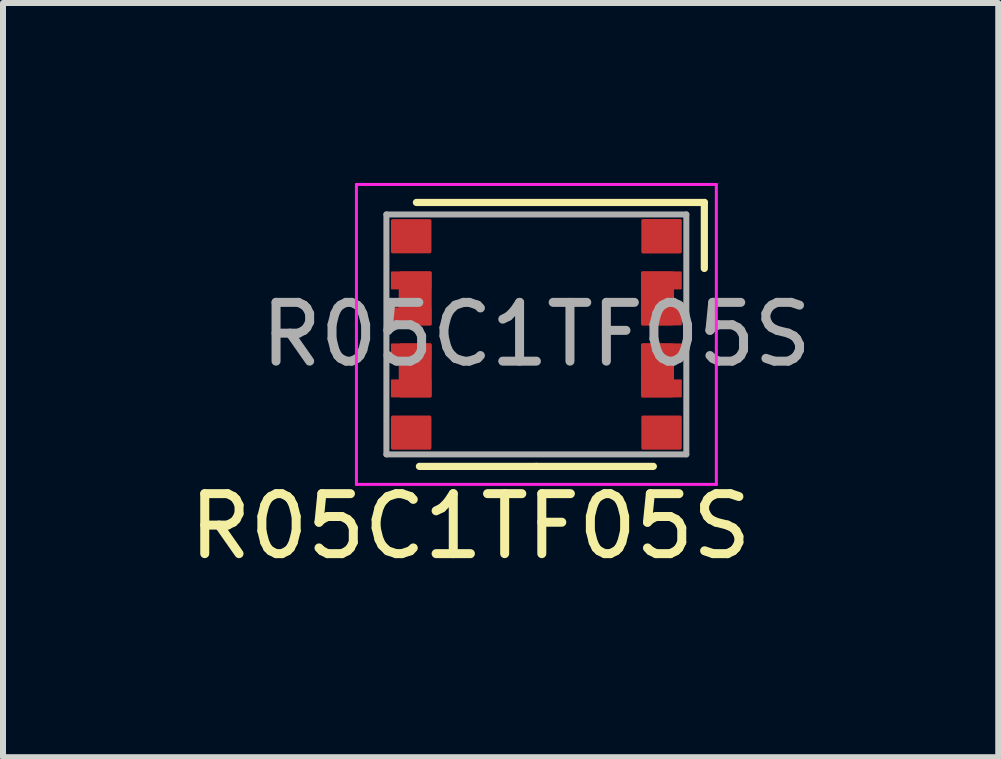
<source format=kicad_pcb>
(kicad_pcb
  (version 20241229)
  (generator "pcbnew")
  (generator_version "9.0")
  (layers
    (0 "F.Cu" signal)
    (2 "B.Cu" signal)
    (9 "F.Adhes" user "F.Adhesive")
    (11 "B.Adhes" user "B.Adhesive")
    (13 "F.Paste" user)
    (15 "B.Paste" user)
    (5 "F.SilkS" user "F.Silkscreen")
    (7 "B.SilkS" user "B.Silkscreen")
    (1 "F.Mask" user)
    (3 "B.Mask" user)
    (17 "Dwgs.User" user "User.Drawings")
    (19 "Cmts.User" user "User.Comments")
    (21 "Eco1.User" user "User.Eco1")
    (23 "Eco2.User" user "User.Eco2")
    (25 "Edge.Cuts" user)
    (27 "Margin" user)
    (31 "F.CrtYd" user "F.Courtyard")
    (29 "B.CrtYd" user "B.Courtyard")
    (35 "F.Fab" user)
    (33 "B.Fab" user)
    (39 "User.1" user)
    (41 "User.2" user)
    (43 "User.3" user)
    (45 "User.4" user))
  (footprint "R05C1TF05S"
    (layer "F.Cu")
    (at 5.892 2.525)
    (property "Reference" "R05C1TF05S" (at -1.1 3.2 180) (layer "F.SilkS") (effects (font (size 1 1) (thickness 0.15))))
    (attr smd)
    (fp_line (start -2 -2.2) (end 2.8 -2.2) (stroke (width 0.12) (type solid)) (layer "F.SilkS"))
    (fp_line (start 0 2.2) (end -1.95 2.2) (stroke (width 0.12) (type solid)) (layer "F.SilkS"))
    (fp_line (start 0 2.2) (end 1.95 2.2) (stroke (width 0.12) (type solid)) (layer "F.SilkS"))
    (fp_line (start 2.8 -2.2) (end 2.8 -1.1) (stroke (width 0.12) (type solid)) (layer "F.SilkS"))
    (fp_line (start -3 -2.5) (end -3 2.5) (stroke (width 0.05) (type solid)) (layer "F.CrtYd"))
    (fp_line (start -3 2.5) (end 3 2.5) (stroke (width 0.05) (type solid)) (layer "F.CrtYd"))
    (fp_line (start 3 -2.5) (end -3 -2.5) (stroke (width 0.05) (type solid)) (layer "F.CrtYd"))
    (fp_line (start 3 2.5) (end 3 -2.5) (stroke (width 0.05) (type solid)) (layer "F.CrtYd"))
    (fp_line (start -2.5 -2) (end 2.5 -2) (stroke (width 0.1) (type solid)) (layer "F.Fab"))
    (fp_line (start -2.5 2) (end -2.5 -2) (stroke (width 0.1) (type solid)) (layer "F.Fab"))
    (fp_line (start 2.5 -2) (end 2.5 2) (stroke (width 0.1) (type solid)) (layer "F.Fab"))
    (fp_line (start 2.5 2) (end -2.5 2) (stroke (width 0.1) (type solid)) (layer "F.Fab"))
    (fp_text user "${REFERENCE}" (at 0 0 180) (layer "F.Fab") (effects (font (size 0.98 0.98) (thickness 0.15))))
    (pad "" smd roundrect (at -2.02 -0.6 90) (size 0.9 0.55) (layers "F.Cu" "F.Mask" "F.Paste") (roundrect_rratio 0.05))
    (pad "" smd roundrect (at -2.02 0.6 90) (size 0.9 0.55) (layers "F.Cu" "F.Mask" "F.Paste") (roundrect_rratio 0.05))
    (pad "" smd roundrect (at 2.02 -0.6 90) (size 0.9 0.55) (layers "F.Cu" "F.Mask" "F.Paste") (roundrect_rratio 0.05))
    (pad "" smd roundrect (at 2.02 0.6 90) (size 0.9 0.55) (layers "F.Cu" "F.Mask" "F.Paste") (roundrect_rratio 0.05))
    (pad "1" smd roundrect (at 2.087 -1.637) (size 0.675 0.575) (layers "F.Cu" "F.Mask" "F.Paste") (roundrect_rratio 0.05))
    (pad "2" smd roundrect (at 2.087 -0.9) (size 0.675 0.3) (layers "F.Cu" "F.Mask" "F.Paste") (roundrect_rratio 0.05))
    (pad "3" smd roundrect (at 2.087 -0.3) (size 0.675 0.3) (layers "F.Cu" "F.Mask" "F.Paste") (roundrect_rratio 0.05))
    (pad "4" smd roundrect (at 2.087 0.3) (size 0.675 0.3) (layers "F.Cu" "F.Mask" "F.Paste") (roundrect_rratio 0.05))
    (pad "5" smd roundrect (at 2.087 0.9) (size 0.675 0.3) (layers "F.Cu" "F.Mask" "F.Paste") (roundrect_rratio 0.05))
    (pad "6" smd roundrect (at 2.087 1.637) (size 0.675 0.57) (layers "F.Cu" "F.Mask" "F.Paste") (roundrect_rratio 0.05))
    (pad "7" smd roundrect (at -2.087 1.637) (size 0.675 0.57) (layers "F.Cu" "F.Mask" "F.Paste") (roundrect_rratio 0.05))
    (pad "8" smd roundrect (at -2.087 0.9) (size 0.675 0.3) (layers "F.Cu" "F.Mask" "F.Paste") (roundrect_rratio 0.05))
    (pad "9" smd roundrect (at -2.087 0.3) (size 0.675 0.3) (layers "F.Cu" "F.Mask" "F.Paste") (roundrect_rratio 0.05))
    (pad "10" smd roundrect (at -2.087 -0.3) (size 0.675 0.3) (layers "F.Cu" "F.Mask" "F.Paste") (roundrect_rratio 0.05))
    (pad "11" smd roundrect (at -2.087 -0.9) (size 0.675 0.3) (layers "F.Cu" "F.Mask" "F.Paste") (roundrect_rratio 0.05))
    (pad "12" smd roundrect (at -2.087 -1.637) (size 0.675 0.57) (layers "F.Cu" "F.Mask" "F.Paste") (roundrect_rratio 0.05)))
  (gr_rect
    (start -3 -3)
    (end 13.592 9.573)
    (stroke (width 0.1) (type default))
    (fill no)
    (layer "Edge.Cuts")))
</source>
